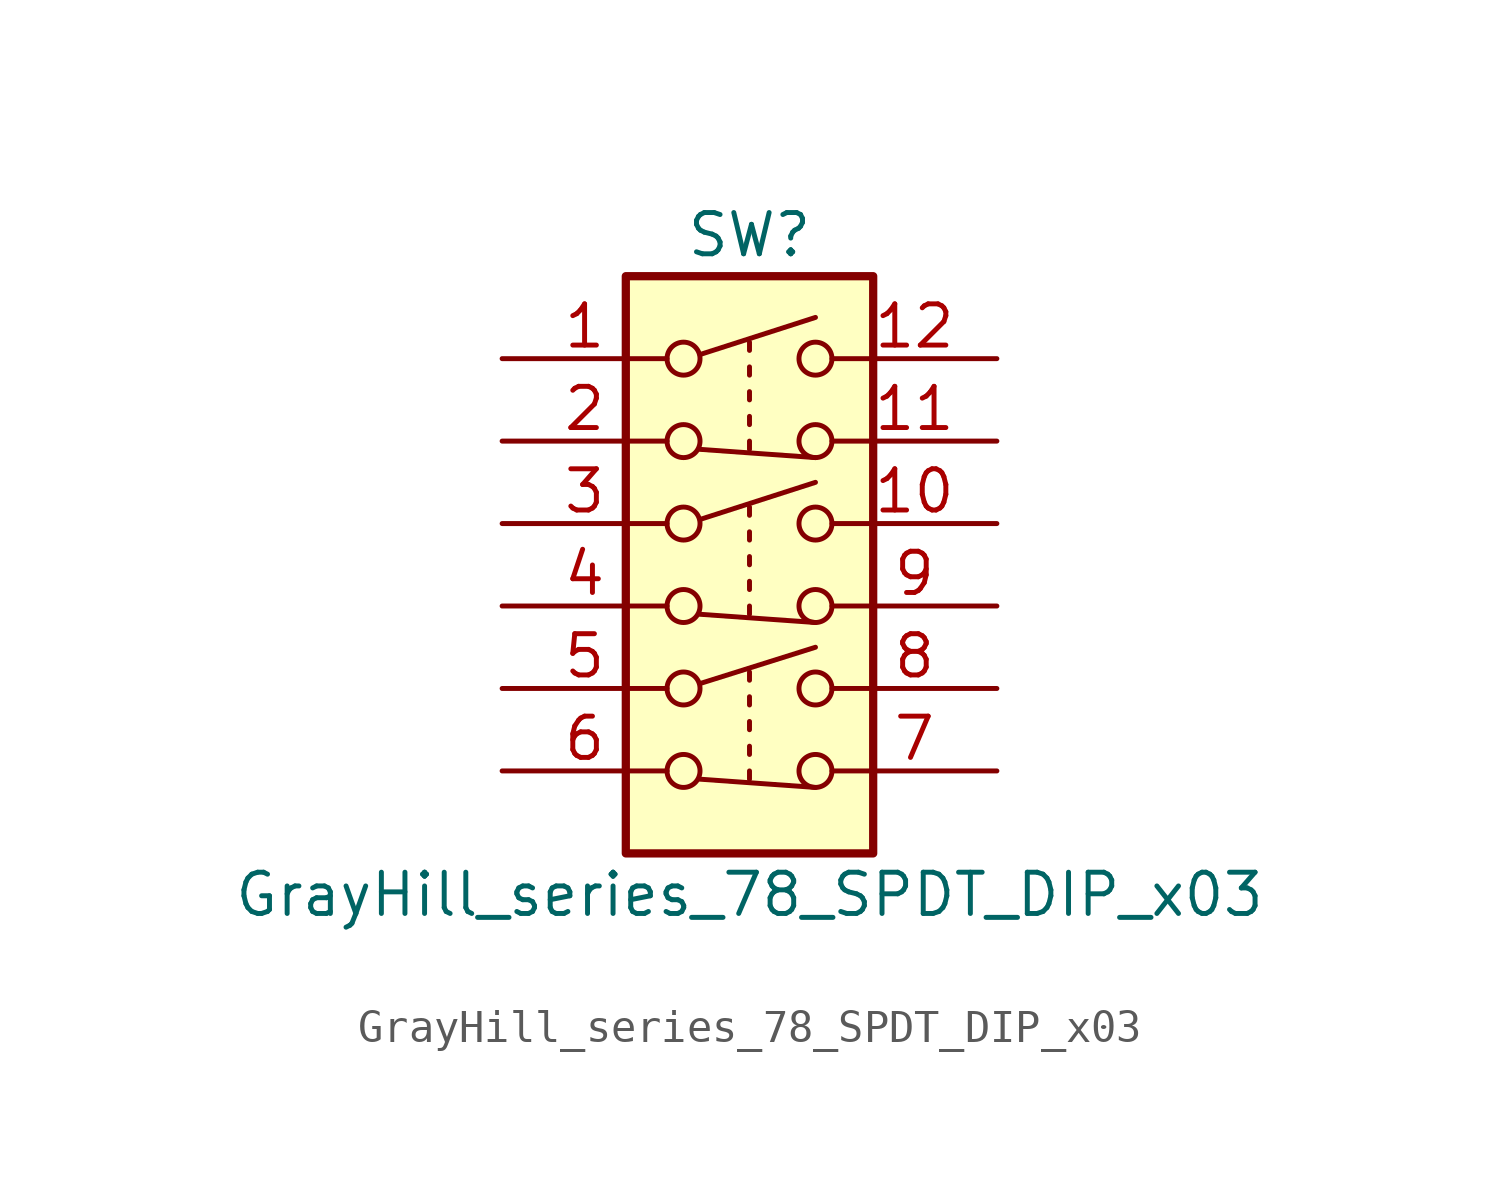
<source format=kicad_sym>
(kicad_symbol_lib
  (version 20220914)
  (generator kicad_symbol_editor)
  (symbol "GrayHill_series_78_SPDT_DIP_x03"
    (pin_names
      (offset 0) hide)
    (property "Reference" "SW"
      (at 0 11.43 0)
      (effects (font (size 1.27 1.27))))
    (property "Value" "GrayHill_series_78_SPDT_DIP_x03"
      (at 0 -8.89 0)
      (effects (font (size 1.27 1.27))))
    (symbol "GrayHill_series_78_SPDT_DIP_x03_0_0"
      (circle (center -2.032 -5.08) (radius 0.508) (stroke (width 0) (type default)) (fill (type none)))
      (circle (center -2.032 -2.54) (radius 0.508) (stroke (width 0) (type default)) (fill (type none)))
      (circle (center -2.032 0) (radius 0.508) (stroke (width 0) (type default)) (fill (type none)))
      (circle (center -2.032 2.54) (radius 0.508) (stroke (width 0) (type default)) (fill (type none)))
      (circle (center -2.032 5.08) (radius 0.508) (stroke (width 0) (type default)) (fill (type none)))
      (circle (center -2.032 7.62) (radius 0.508) (stroke (width 0) (type default)) (fill (type none)))
      (polyline (pts (xy -1.524 -5.334) (xy 2.032 -5.588)) (stroke (width 0) (type default)) (fill (type none)))
      (polyline (pts (xy -1.524 -2.388) (xy 2.032 -1.27)) (stroke (width 0) (type default)) (fill (type none)))
      (polyline (pts (xy -1.524 -0.254) (xy 2.032 -0.508)) (stroke (width 0) (type default)) (fill (type none)))
      (polyline (pts (xy -1.524 2.667) (xy 2.032 3.81)) (stroke (width 0) (type default)) (fill (type none)))
      (polyline (pts (xy -1.524 4.826) (xy 2.032 4.572)) (stroke (width 0) (type default)) (fill (type none)))
      (polyline (pts (xy -1.524 7.747) (xy 2.032 8.89)) (stroke (width 0) (type default)) (fill (type none)))
      (circle (center 2.032 -5.08) (radius 0.508) (stroke (width 0) (type default)) (fill (type none)))
      (circle (center 2.032 -2.54) (radius 0.508) (stroke (width 0) (type default)) (fill (type none)))
      (circle (center 2.032 0) (radius 0.508) (stroke (width 0) (type default)) (fill (type none)))
      (circle (center 2.032 2.54) (radius 0.508) (stroke (width 0) (type default)) (fill (type none)))
      (circle (center 2.032 5.08) (radius 0.508) (stroke (width 0) (type default)) (fill (type none)))
      (circle (center 2.032 7.62) (radius 0.508) (stroke (width 0) (type default)) (fill (type none))))
    (symbol "GrayHill_series_78_SPDT_DIP_x03_0_1"
      (rectangle (start -3.81 10.16) (end 3.81 -7.62) (stroke (width 0.254) (type default)) (fill (type background))))
    (symbol "GrayHill_series_78_SPDT_DIP_x03_1_1"
      (polyline (pts (xy 0 -5.08) (xy 0 -5.334)) (stroke (width 0) (type default)) (fill (type none)))
      (polyline (pts (xy 0 -4.318) (xy 0 -4.572)) (stroke (width 0) (type default)) (fill (type none)))
      (polyline (pts (xy 0 -3.556) (xy 0 -3.81)) (stroke (width 0) (type default)) (fill (type none)))
      (polyline (pts (xy 0 -2.794) (xy 0 -3.048)) (stroke (width 0) (type default)) (fill (type none)))
      (polyline (pts (xy 0 -2.032) (xy 0 -2.286)) (stroke (width 0) (type default)) (fill (type none)))
      (polyline (pts (xy 0 0) (xy 0 -0.254)) (stroke (width 0) (type default)) (fill (type none)))
      (polyline (pts (xy 0 0.762) (xy 0 0.508)) (stroke (width 0) (type default)) (fill (type none)))
      (polyline (pts (xy 0 1.524) (xy 0 1.27)) (stroke (width 0) (type default)) (fill (type none)))
      (polyline (pts (xy 0 2.286) (xy 0 2.032)) (stroke (width 0) (type default)) (fill (type none)))
      (polyline (pts (xy 0 3.048) (xy 0 2.794)) (stroke (width 0) (type default)) (fill (type none)))
      (polyline (pts (xy 0 5.08) (xy 0 4.826)) (stroke (width 0) (type default)) (fill (type none)))
      (polyline (pts (xy 0 5.842) (xy 0 5.588)) (stroke (width 0) (type default)) (fill (type none)))
      (polyline (pts (xy 0 6.604) (xy 0 6.35)) (stroke (width 0) (type default)) (fill (type none)))
      (polyline (pts (xy 0 7.366) (xy 0 7.112)) (stroke (width 0) (type default)) (fill (type none)))
      (polyline (pts (xy 0 8.128) (xy 0 7.874)) (stroke (width 0) (type default)) (fill (type none)))
      (pin passive line (at -7.62 7.62 0) (length 5.08) (name "~" (effects (font (size 1.27 1.27)))) (number "1" (effects (font (size 1.27 1.27)))))
      (pin passive line (at 7.62 2.54 180) (length 5.08) (name "~" (effects (font (size 1.27 1.27)))) (number "10" (effects (font (size 1.27 1.27)))))
      (pin passive line (at 7.62 5.08 180) (length 5.08) (name "~" (effects (font (size 1.27 1.27)))) (number "11" (effects (font (size 1.27 1.27)))))
      (pin passive line (at 7.62 7.62 180) (length 5.08) (name "~" (effects (font (size 1.27 1.27)))) (number "12" (effects (font (size 1.27 1.27)))))
      (pin passive line (at -7.62 5.08 0) (length 5.08) (name "~" (effects (font (size 1.27 1.27)))) (number "2" (effects (font (size 1.27 1.27)))))
      (pin passive line (at -7.62 2.54 0) (length 5.08) (name "~" (effects (font (size 1.27 1.27)))) (number "3" (effects (font (size 1.27 1.27)))))
      (pin passive line (at -7.62 0 0) (length 5.08) (name "~" (effects (font (size 1.27 1.27)))) (number "4" (effects (font (size 1.27 1.27)))))
      (pin passive line (at -7.62 -2.54 0) (length 5.08) (name "~" (effects (font (size 1.27 1.27)))) (number "5" (effects (font (size 1.27 1.27)))))
      (pin passive line (at -7.62 -5.08 0) (length 5.08) (name "~" (effects (font (size 1.27 1.27)))) (number "6" (effects (font (size 1.27 1.27)))))
      (pin passive line (at 7.62 -5.08 180) (length 5.08) (name "~" (effects (font (size 1.27 1.27)))) (number "7" (effects (font (size 1.27 1.27)))))
      (pin passive line (at 7.62 -2.54 180) (length 5.08) (name "~" (effects (font (size 1.27 1.27)))) (number "8" (effects (font (size 1.27 1.27)))))
      (pin passive line (at 7.62 0 180) (length 5.08) (name "~" (effects (font (size 1.27 1.27)))) (number "9" (effects (font (size 1.27 1.27))))))))
</source>
